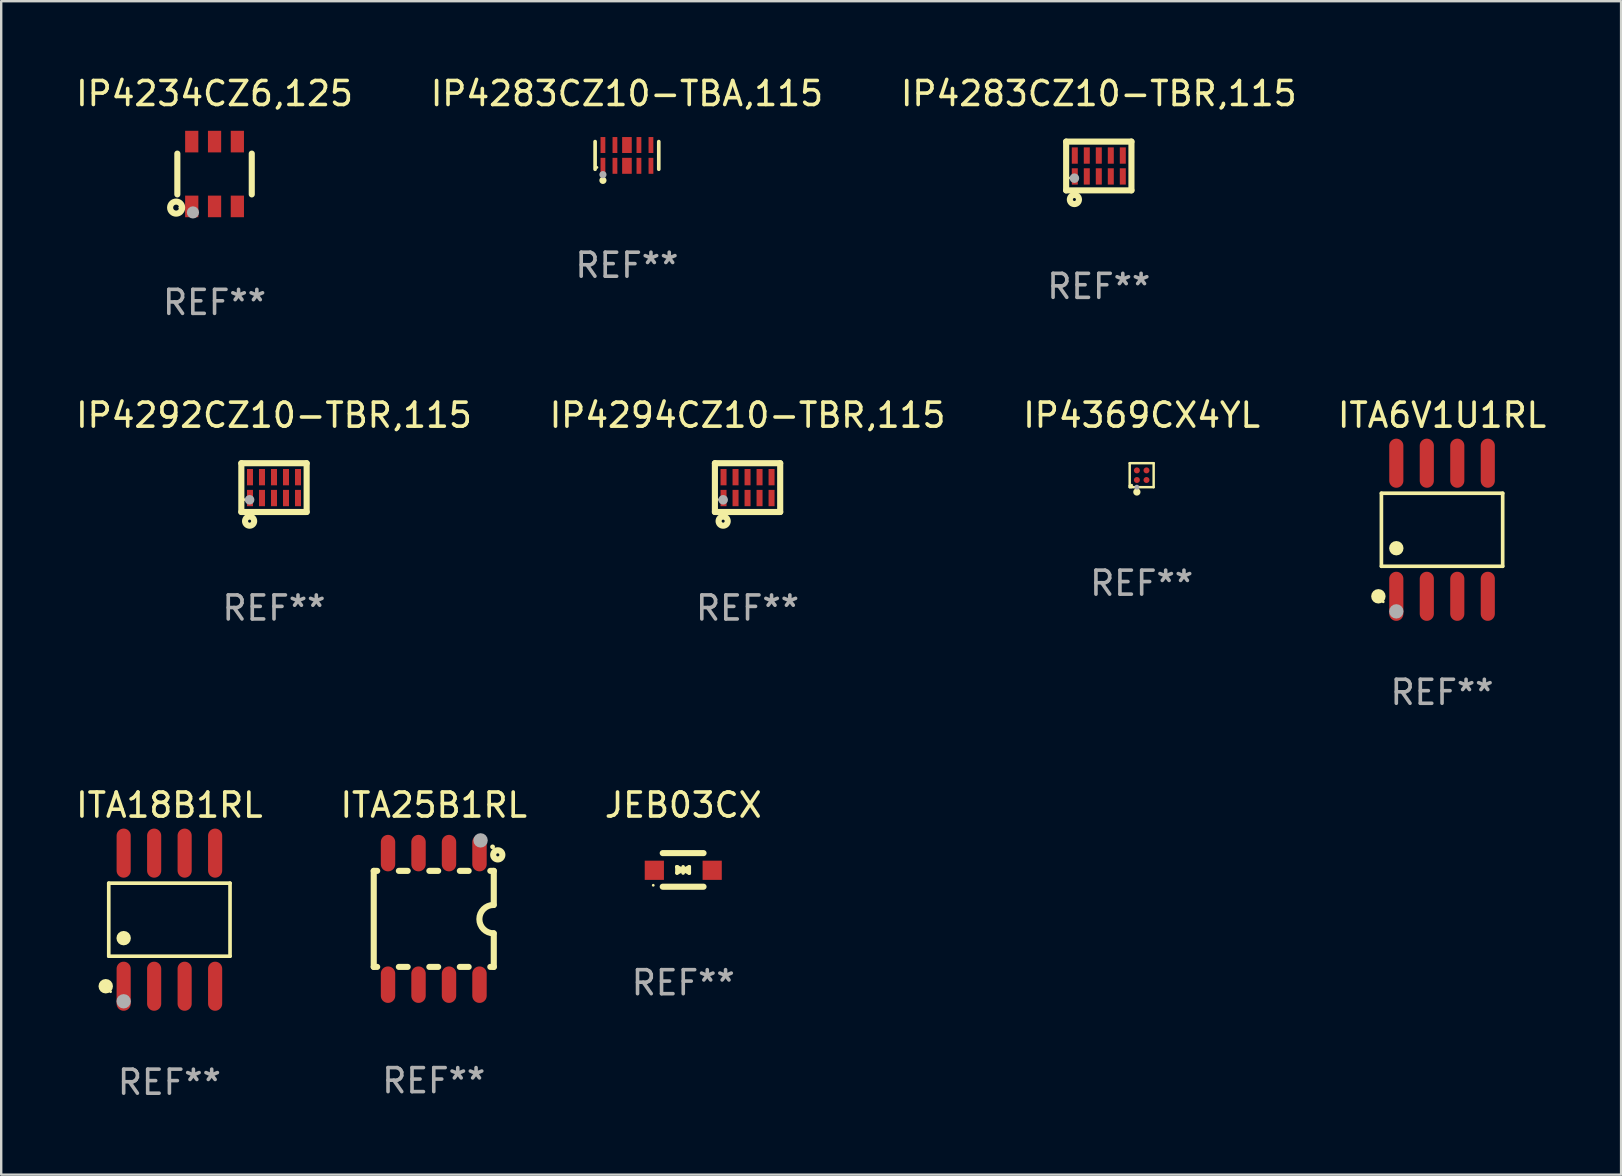
<source format=kicad_pcb>
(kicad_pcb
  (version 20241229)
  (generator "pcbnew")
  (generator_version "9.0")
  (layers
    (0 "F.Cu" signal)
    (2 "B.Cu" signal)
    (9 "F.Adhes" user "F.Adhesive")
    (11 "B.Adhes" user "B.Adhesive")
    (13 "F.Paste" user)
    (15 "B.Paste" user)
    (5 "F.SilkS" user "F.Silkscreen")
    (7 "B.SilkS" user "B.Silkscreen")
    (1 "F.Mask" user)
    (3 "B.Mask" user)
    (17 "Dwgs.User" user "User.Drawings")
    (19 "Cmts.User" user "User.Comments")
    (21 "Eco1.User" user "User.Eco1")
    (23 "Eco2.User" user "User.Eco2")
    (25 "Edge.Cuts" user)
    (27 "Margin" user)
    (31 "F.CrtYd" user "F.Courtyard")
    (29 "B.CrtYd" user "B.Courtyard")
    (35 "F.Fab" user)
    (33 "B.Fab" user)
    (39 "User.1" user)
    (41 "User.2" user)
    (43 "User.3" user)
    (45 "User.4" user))
  (footprint "ITA25B1RL"
    (layer "F.Cu")
    (at 15.018 35.226)
    (property "Reference" "ITA25B1RL" (at 0 -4.74 0) (layer "F.SilkS") (effects (font (size 1 1) (thickness 0.15))))
    (attr through_hole)
    (fp_line (start -2.5 2) (end -2.5 -2) (stroke (width 0.254) (type solid)) (layer "F.SilkS"))
    (fp_line (start -2.356 -2) (end -2.5 -2) (stroke (width 0.254) (type solid)) (layer "F.SilkS"))
    (fp_line (start -2.356 2) (end -2.5 2) (stroke (width 0.254) (type solid)) (layer "F.SilkS"))
    (fp_line (start -1.086 -2) (end -1.454 -2) (stroke (width 0.254) (type solid)) (layer "F.SilkS"))
    (fp_line (start -1.086 2) (end -1.454 2) (stroke (width 0.254) (type solid)) (layer "F.SilkS"))
    (fp_line (start 0.184 -2) (end -0.184 -2) (stroke (width 0.254) (type solid)) (layer "F.SilkS"))
    (fp_line (start 0.184 2) (end -0.184 2) (stroke (width 0.254) (type solid)) (layer "F.SilkS"))
    (fp_line (start 1.454 -2) (end 1.086 -2) (stroke (width 0.254) (type solid)) (layer "F.SilkS"))
    (fp_line (start 1.454 2) (end 1.086 2) (stroke (width 0.254) (type solid)) (layer "F.SilkS"))
    (fp_line (start 2.5 -2) (end 2.356 -2) (stroke (width 0.254) (type solid)) (layer "F.SilkS"))
    (fp_line (start 2.5 -0.58) (end 2.5 -2) (stroke (width 0.254) (type solid)) (layer "F.SilkS"))
    (fp_line (start 2.5 2) (end 2.356 2) (stroke (width 0.254) (type solid)) (layer "F.SilkS"))
    (fp_line (start 2.5 2) (end 2.5 0.6) (stroke (width 0.254) (type solid)) (layer "F.SilkS"))
    (fp_arc (start 2.489992 0.600051) (mid 1.901674 0.010046) (end 2.489992 -0.579959) (stroke (width 0.254001) (type solid)) (layer "F.SilkS"))
    (fp_circle (center 2.45 -3) (end 2.5 -3) (stroke (width 0.1) (type solid)) (fill no) (layer "F.SilkS"))
    (fp_circle (center 2.667 -2.667) (end 2.858 -2.667) (stroke (width 0.254) (type solid)) (fill no) (layer "F.SilkS"))
    (fp_circle (center 1.95 -3.27) (end 2.1 -3.27) (stroke (width 0.3) (type solid)) (fill no) (layer "F.Fab"))
    (fp_text user "REF**" (at 0 6.74 0) (layer "F.Fab") (effects (font (size 1 1) (thickness 0.15))))
    (pad "1" smd oval (at 1.905 -2.74) (size 0.6 1.52) (layers "F.Cu" "F.Mask" "F.Paste"))
    (pad "2" smd oval (at 0.635 -2.74) (size 0.6 1.52) (layers "F.Cu" "F.Mask" "F.Paste"))
    (pad "3" smd oval (at -0.635 -2.74) (size 0.6 1.52) (layers "F.Cu" "F.Mask" "F.Paste"))
    (pad "4" smd oval (at -1.905 -2.74) (size 0.6 1.52) (layers "F.Cu" "F.Mask" "F.Paste"))
    (pad "5" smd oval (at -1.905 2.74) (size 0.6 1.52) (layers "F.Cu" "F.Mask" "F.Paste"))
    (pad "6" smd oval (at -0.635 2.74) (size 0.6 1.52) (layers "F.Cu" "F.Mask" "F.Paste"))
    (pad "7" smd oval (at 0.635 2.74) (size 0.6 1.52) (layers "F.Cu" "F.Mask" "F.Paste"))
    (pad "8" smd oval (at 1.905 2.74) (size 0.6 1.52) (layers "F.Cu" "F.Mask" "F.Paste")))
  (footprint "ITA6V1U1RL"
    (layer "F.Cu")
    (at 57.018 19.017)
    (property "Reference" "ITA6V1U1RL" (at 0 -4.772 0) (layer "F.SilkS") (effects (font (size 1 1) (thickness 0.15))))
    (attr through_hole)
    (fp_line (start -2.526 -1.521) (end 2.526 -1.521) (stroke (width 0.152) (type solid)) (layer "F.SilkS"))
    (fp_line (start -2.526 1.521) (end -2.526 -1.521) (stroke (width 0.152) (type solid)) (layer "F.SilkS"))
    (fp_line (start 2.526 -1.521) (end 2.526 1.521) (stroke (width 0.152) (type solid)) (layer "F.SilkS"))
    (fp_line (start 2.526 1.521) (end -2.526 1.521) (stroke (width 0.152) (type solid)) (layer "F.SilkS"))
    (fp_circle (center -2.652 2.772) (end -2.501 2.772) (stroke (width 0.3) (type solid)) (fill no) (layer "F.SilkS"))
    (fp_circle (center -2.45 3) (end -2.42 3) (stroke (width 0.06) (type solid)) (fill no) (layer "F.SilkS"))
    (fp_circle (center -1.905 0.769) (end -1.755 0.769) (stroke (width 0.3) (type solid)) (fill no) (layer "F.SilkS"))
    (fp_circle (center -1.905 3.4) (end -1.755 3.4) (stroke (width 0.3) (type solid)) (fill no) (layer "F.Fab"))
    (fp_text user "REF**" (at 0 6.772 0) (layer "F.Fab") (effects (font (size 1 1) (thickness 0.15))))
    (pad "1" smd oval (at -1.905 2.772) (size 0.588 2.045) (layers "F.Cu" "F.Mask" "F.Paste"))
    (pad "2" smd oval (at -0.635 2.772) (size 0.588 2.045) (layers "F.Cu" "F.Mask" "F.Paste"))
    (pad "3" smd oval (at 0.635 2.772) (size 0.588 2.045) (layers "F.Cu" "F.Mask" "F.Paste"))
    (pad "4" smd oval (at 1.905 2.772) (size 0.588 2.045) (layers "F.Cu" "F.Mask" "F.Paste"))
    (pad "5" smd oval (at 1.905 -2.772) (size 0.588 2.045) (layers "F.Cu" "F.Mask" "F.Paste"))
    (pad "6" smd oval (at 0.635 -2.772) (size 0.588 2.045) (layers "F.Cu" "F.Mask" "F.Paste"))
    (pad "7" smd oval (at -0.635 -2.772) (size 0.588 2.045) (layers "F.Cu" "F.Mask" "F.Paste"))
    (pad "8" smd oval (at -1.905 -2.772) (size 0.588 2.045) (layers "F.Cu" "F.Mask" "F.Paste")))
  (footprint "IP4234CZ6,125"
    (layer "F.Cu")
    (at 5.887 4.198)
    (property "Reference" "IP4234CZ6,125" (at 0 -3.35 0) (layer "F.SilkS") (effects (font (size 1 1) (thickness 0.15))))
    (attr through_hole)
    (fp_line (start -1.55 0.85) (end -1.55 -0.85) (stroke (width 0.254) (type solid)) (layer "F.SilkS"))
    (fp_line (start 1.55 -0.85) (end 1.55 0.85) (stroke (width 0.254) (type solid)) (layer "F.SilkS"))
    (fp_circle (center -1.6 1.4) (end -1.476 1.4) (stroke (width 0.254) (type solid)) (fill no) (layer "F.SilkS"))
    (fp_circle (center -1.45 1.4) (end -1.42 1.4) (stroke (width 0.06) (type solid)) (fill no) (layer "F.SilkS"))
    (fp_circle (center -0.9 1.6) (end -0.773 1.6) (stroke (width 0.254) (type solid)) (fill no) (layer "F.Fab"))
    (fp_text user "REF**" (at 0 5.35 0) (layer "F.Fab") (effects (font (size 1 1) (thickness 0.15))))
    (pad "1" smd rect (at -0.95 1.35) (size 0.551 0.9) (layers "F.Cu" "F.Mask" "F.Paste"))
    (pad "2" smd rect (at 0.000127 1.35) (size 0.551 0.9) (layers "F.Cu" "F.Mask" "F.Paste"))
    (pad "3" smd rect (at 0.95 1.35) (size 0.551 0.9) (layers "F.Cu" "F.Mask" "F.Paste"))
    (pad "4" smd rect (at 0.95 -1.35) (size 0.55 0.9) (layers "F.Cu" "F.Mask" "F.Paste"))
    (pad "5" smd rect (at 0.000127 -1.35) (size 0.55 0.9) (layers "F.Cu" "F.Mask" "F.Paste"))
    (pad "6" smd rect (at -0.95 -1.35) (size 0.55 0.9) (layers "F.Cu" "F.Mask" "F.Paste")))
  (footprint "IP4283CZ10-TBR,115"
    (layer "F.Cu")
    (at 42.72 3.864)
    (property "Reference" "IP4283CZ10-TBR,115" (at 0 -3.016 0) (layer "F.SilkS") (effects (font (size 1 1) (thickness 0.15))))
    (attr through_hole)
    (fp_line (start -1.36 1.016) (end 1.36 1.016) (stroke (width 0.254) (type solid)) (layer "F.SilkS"))
    (fp_line (start -1.36 -1.016) (end -1.36 1.016) (stroke (width 0.254) (type solid)) (layer "F.SilkS"))
    (fp_line (start -1.36 -1.016) (end 1.36 -1.016) (stroke (width 0.254) (type solid)) (layer "F.SilkS"))
    (fp_line (start 1.36 -1.016) (end 1.36 1.016) (stroke (width 0.254) (type solid)) (layer "F.SilkS"))
    (fp_circle (center -1.25 0.5) (end -1.22 0.5) (stroke (width 0.06) (type solid)) (fill no) (layer "F.SilkS"))
    (fp_circle (center -1.016 1.397) (end -0.953 1.397) (stroke (width 0.254) (type solid)) (fill no) (layer "F.SilkS"))
    (fp_circle (center -1.016 0.508) (end -0.916 0.508) (stroke (width 0.2) (type solid)) (fill no) (layer "F.Fab"))
    (fp_text user "REF**" (at 0 5.016 0) (layer "F.Fab") (effects (font (size 1 1) (thickness 0.15))))
    (pad "1" smd rect (at -1 0.435) (size 0.25 0.68) (layers "F.Cu" "F.Mask" "F.Paste"))
    (pad "2" smd rect (at -0.5 0.435) (size 0.25 0.68) (layers "F.Cu" "F.Mask" "F.Paste"))
    (pad "3" smd rect (at 0 0.435) (size 0.25 0.68) (layers "F.Cu" "F.Mask" "F.Paste"))
    (pad "4" smd rect (at 0.5 0.435) (size 0.25 0.68) (layers "F.Cu" "F.Mask" "F.Paste"))
    (pad "5" smd rect (at 1 0.435) (size 0.25 0.68) (layers "F.Cu" "F.Mask" "F.Paste"))
    (pad "6" smd rect (at 1 -0.435) (size 0.25 0.68) (layers "F.Cu" "F.Mask" "F.Paste"))
    (pad "7" smd rect (at 0.5 -0.435) (size 0.25 0.68) (layers "F.Cu" "F.Mask" "F.Paste"))
    (pad "8" smd rect (at 0 -0.435) (size 0.25 0.68) (layers "F.Cu" "F.Mask" "F.Paste"))
    (pad "9" smd rect (at -0.5 -0.435) (size 0.25 0.68) (layers "F.Cu" "F.Mask" "F.Paste"))
    (pad "10" smd rect (at -1 -0.435) (size 0.25 0.68) (layers "F.Cu" "F.Mask" "F.Paste")))
  (footprint "IP4294CZ10-TBR,115"
    (layer "F.Cu")
    (at 28.089 17.261)
    (property "Reference" "IP4294CZ10-TBR,115" (at 0 -3.016 0) (layer "F.SilkS") (effects (font (size 1 1) (thickness 0.15))))
    (attr through_hole)
    (fp_line (start -1.36 1.016) (end 1.36 1.016) (stroke (width 0.254) (type solid)) (layer "F.SilkS"))
    (fp_line (start -1.36 -1.016) (end -1.36 1.016) (stroke (width 0.254) (type solid)) (layer "F.SilkS"))
    (fp_line (start -1.36 -1.016) (end 1.36 -1.016) (stroke (width 0.254) (type solid)) (layer "F.SilkS"))
    (fp_line (start 1.36 -1.016) (end 1.36 1.016) (stroke (width 0.254) (type solid)) (layer "F.SilkS"))
    (fp_circle (center -1.25 0.5) (end -1.22 0.5) (stroke (width 0.06) (type solid)) (fill no) (layer "F.SilkS"))
    (fp_circle (center -1.016 1.397) (end -0.953 1.397) (stroke (width 0.254) (type solid)) (fill no) (layer "F.SilkS"))
    (fp_circle (center -1.016 0.508) (end -0.916 0.508) (stroke (width 0.2) (type solid)) (fill no) (layer "F.Fab"))
    (fp_text user "REF**" (at 0 5.016 0) (layer "F.Fab") (effects (font (size 1 1) (thickness 0.15))))
    (pad "1" smd rect (at -1 0.435) (size 0.25 0.68) (layers "F.Cu" "F.Mask" "F.Paste"))
    (pad "2" smd rect (at -0.5 0.435) (size 0.25 0.68) (layers "F.Cu" "F.Mask" "F.Paste"))
    (pad "3" smd rect (at 0 0.435) (size 0.25 0.68) (layers "F.Cu" "F.Mask" "F.Paste"))
    (pad "4" smd rect (at 0.5 0.435) (size 0.25 0.68) (layers "F.Cu" "F.Mask" "F.Paste"))
    (pad "5" smd rect (at 1 0.435) (size 0.25 0.68) (layers "F.Cu" "F.Mask" "F.Paste"))
    (pad "6" smd rect (at 1 -0.435) (size 0.25 0.68) (layers "F.Cu" "F.Mask" "F.Paste"))
    (pad "7" smd rect (at 0.5 -0.435) (size 0.25 0.68) (layers "F.Cu" "F.Mask" "F.Paste"))
    (pad "8" smd rect (at 0 -0.435) (size 0.25 0.68) (layers "F.Cu" "F.Mask" "F.Paste"))
    (pad "9" smd rect (at -0.5 -0.435) (size 0.25 0.68) (layers "F.Cu" "F.Mask" "F.Paste"))
    (pad "10" smd rect (at -1 -0.435) (size 0.25 0.68) (layers "F.Cu" "F.Mask" "F.Paste")))
  (footprint "IP4283CZ10-TBA,115"
    (layer "F.Cu")
    (at 23.065 3.424)
    (property "Reference" "IP4283CZ10-TBA,115" (at 0 -2.576 0) (layer "F.SilkS") (effects (font (size 1 1) (thickness 0.15))))
    (attr through_hole)
    (fp_line (start -1.326 0.576) (end -1.326 -0.576) (stroke (width 0.152) (type solid)) (layer "F.SilkS"))
    (fp_line (start 1.326 0.576) (end 1.326 -0.576) (stroke (width 0.152) (type solid)) (layer "F.SilkS"))
    (fp_circle (center -1.25 0.5) (end -1.22 0.5) (stroke (width 0.06) (type solid)) (fill no) (layer "F.SilkS"))
    (fp_circle (center -1 1.04) (end -0.925 1.04) (stroke (width 0.15) (type solid)) (fill no) (layer "F.SilkS"))
    (fp_circle (center -1 0.8) (end -0.925 0.8) (stroke (width 0.15) (type solid)) (fill no) (layer "F.Fab"))
    (fp_text user "REF**" (at 0 4.576 0) (layer "F.Fab") (effects (font (size 1 1) (thickness 0.15))))
    (pad "1" smd rect (at -1 0.433) (size 0.2 0.665) (layers "F.Cu" "F.Mask" "F.Paste"))
    (pad "2" smd rect (at -0.5 0.433) (size 0.2 0.665) (layers "F.Cu" "F.Mask" "F.Paste"))
    (pad "3" smd rect (at 0 0.433) (size 0.4 0.665) (layers "F.Cu" "F.Mask" "F.Paste"))
    (pad "4" smd rect (at 0.5 0.433) (size 0.2 0.665) (layers "F.Cu" "F.Mask" "F.Paste"))
    (pad "5" smd rect (at 1 0.433) (size 0.2 0.665) (layers "F.Cu" "F.Mask" "F.Paste"))
    (pad "6" smd rect (at 1 -0.433) (size 0.2 0.665) (layers "F.Cu" "F.Mask" "F.Paste"))
    (pad "7" smd rect (at 0.5 -0.433) (size 0.2 0.665) (layers "F.Cu" "F.Mask" "F.Paste"))
    (pad "8" smd rect (at 0 -0.433) (size 0.4 0.665) (layers "F.Cu" "F.Mask" "F.Paste"))
    (pad "9" smd rect (at -0.5 -0.433) (size 0.2 0.665) (layers "F.Cu" "F.Mask" "F.Paste"))
    (pad "10" smd rect (at -1 -0.433) (size 0.2 0.665) (layers "F.Cu" "F.Mask" "F.Paste")))
  (footprint "ITA18B1RL"
    (layer "F.Cu")
    (at 4.006 35.259)
    (property "Reference" "ITA18B1RL" (at 0 -4.772 0) (layer "F.SilkS") (effects (font (size 1 1) (thickness 0.15))))
    (attr through_hole)
    (fp_line (start -2.526 -1.521) (end 2.526 -1.521) (stroke (width 0.152) (type solid)) (layer "F.SilkS"))
    (fp_line (start -2.526 1.521) (end -2.526 -1.521) (stroke (width 0.152) (type solid)) (layer "F.SilkS"))
    (fp_line (start 2.526 -1.521) (end 2.526 1.521) (stroke (width 0.152) (type solid)) (layer "F.SilkS"))
    (fp_line (start 2.526 1.521) (end -2.526 1.521) (stroke (width 0.152) (type solid)) (layer "F.SilkS"))
    (fp_circle (center -2.652 2.772) (end -2.501 2.772) (stroke (width 0.3) (type solid)) (fill no) (layer "F.SilkS"))
    (fp_circle (center -2.45 3) (end -2.42 3) (stroke (width 0.06) (type solid)) (fill no) (layer "F.SilkS"))
    (fp_circle (center -1.905 0.769) (end -1.755 0.769) (stroke (width 0.3) (type solid)) (fill no) (layer "F.SilkS"))
    (fp_circle (center -1.905 3.4) (end -1.755 3.4) (stroke (width 0.3) (type solid)) (fill no) (layer "F.Fab"))
    (fp_text user "REF**" (at 0 6.772 0) (layer "F.Fab") (effects (font (size 1 1) (thickness 0.15))))
    (pad "1" smd oval (at -1.905 2.772) (size 0.588 2.045) (layers "F.Cu" "F.Mask" "F.Paste"))
    (pad "2" smd oval (at -0.635 2.772) (size 0.588 2.045) (layers "F.Cu" "F.Mask" "F.Paste"))
    (pad "3" smd oval (at 0.635 2.772) (size 0.588 2.045) (layers "F.Cu" "F.Mask" "F.Paste"))
    (pad "4" smd oval (at 1.905 2.772) (size 0.588 2.045) (layers "F.Cu" "F.Mask" "F.Paste"))
    (pad "5" smd oval (at 1.905 -2.772) (size 0.588 2.045) (layers "F.Cu" "F.Mask" "F.Paste"))
    (pad "6" smd oval (at 0.635 -2.772) (size 0.588 2.045) (layers "F.Cu" "F.Mask" "F.Paste"))
    (pad "7" smd oval (at -0.635 -2.772) (size 0.588 2.045) (layers "F.Cu" "F.Mask" "F.Paste"))
    (pad "8" smd oval (at -1.905 -2.772) (size 0.588 2.045) (layers "F.Cu" "F.Mask" "F.Paste")))
  (footprint "IP4369CX4YL"
    (layer "F.Cu")
    (at 44.506 16.744)
    (property "Reference" "IP4369CX4YL" (at 0 -2.5 0) (layer "F.SilkS") (effects (font (size 1 1) (thickness 0.15))))
    (attr through_hole)
    (fp_line (start -0.499 0.5) (end -0.499 0.44) (stroke (width 0.102) (type solid)) (layer "F.SilkS"))
    (fp_line (start -0.499 -0.5) (end 0.499 -0.5) (stroke (width 0.102) (type solid)) (layer "F.SilkS"))
    (fp_line (start -0.499 0.44) (end -0.499 -0.5) (stroke (width 0.102) (type solid)) (layer "F.SilkS"))
    (fp_line (start -0.44 0.499) (end -0.499 0.499) (stroke (width 0.102) (type solid)) (layer "F.SilkS"))
    (fp_line (start 0.499 -0.5) (end 0.499 0.499) (stroke (width 0.102) (type solid)) (layer "F.SilkS"))
    (fp_line (start 0.499 0.499) (end -0.44 0.499) (stroke (width 0.102) (type solid)) (layer "F.SilkS"))
    (fp_circle (center -0.417 0.417) (end -0.387 0.417) (stroke (width 0.06) (type solid)) (fill no) (layer "F.SilkS"))
    (fp_circle (center -0.2 0.7) (end -0.124 0.7) (stroke (width 0.152) (type solid)) (fill no) (layer "F.SilkS"))
    (fp_circle (center -0.2 0.5) (end -0.148 0.5) (stroke (width 0.102) (type solid)) (fill no) (layer "F.Fab"))
    (fp_text user "REF**" (at 0 4.5 0) (layer "F.Fab") (effects (font (size 1 1) (thickness 0.15))))
    (pad "A1" smd circle (at -0.199 0.2) (size 0.25 0.25) (layers "F.Cu" "F.Mask" "F.Paste"))
    (pad "A2" smd circle (at -0.199 -0.2) (size 0.25 0.25) (layers "F.Cu" "F.Mask" "F.Paste"))
    (pad "B1" smd circle (at 0.201 0.2) (size 0.25 0.25) (layers "F.Cu" "F.Mask" "F.Paste"))
    (pad "B2" smd circle (at 0.201 -0.2) (size 0.25 0.25) (layers "F.Cu" "F.Mask" "F.Paste")))
  (footprint "IP4292CZ10-TBR,115"
    (layer "F.Cu")
    (at 8.363 17.261)
    (property "Reference" "IP4292CZ10-TBR,115" (at 0 -3.016 0) (layer "F.SilkS") (effects (font (size 1 1) (thickness 0.15))))
    (attr through_hole)
    (fp_line (start -1.36 1.016) (end 1.36 1.016) (stroke (width 0.254) (type solid)) (layer "F.SilkS"))
    (fp_line (start -1.36 -1.016) (end -1.36 1.016) (stroke (width 0.254) (type solid)) (layer "F.SilkS"))
    (fp_line (start -1.36 -1.016) (end 1.36 -1.016) (stroke (width 0.254) (type solid)) (layer "F.SilkS"))
    (fp_line (start 1.36 -1.016) (end 1.36 1.016) (stroke (width 0.254) (type solid)) (layer "F.SilkS"))
    (fp_circle (center -1.25 0.5) (end -1.22 0.5) (stroke (width 0.06) (type solid)) (fill no) (layer "F.SilkS"))
    (fp_circle (center -1.016 1.397) (end -0.953 1.397) (stroke (width 0.254) (type solid)) (fill no) (layer "F.SilkS"))
    (fp_circle (center -1.016 0.508) (end -0.916 0.508) (stroke (width 0.2) (type solid)) (fill no) (layer "F.Fab"))
    (fp_text user "REF**" (at 0 5.016 0) (layer "F.Fab") (effects (font (size 1 1) (thickness 0.15))))
    (pad "1" smd rect (at -1 0.435) (size 0.25 0.68) (layers "F.Cu" "F.Mask" "F.Paste"))
    (pad "2" smd rect (at -0.5 0.435) (size 0.25 0.68) (layers "F.Cu" "F.Mask" "F.Paste"))
    (pad "3" smd rect (at 0 0.435) (size 0.25 0.68) (layers "F.Cu" "F.Mask" "F.Paste"))
    (pad "4" smd rect (at 0.5 0.435) (size 0.25 0.68) (layers "F.Cu" "F.Mask" "F.Paste"))
    (pad "5" smd rect (at 1 0.435) (size 0.25 0.68) (layers "F.Cu" "F.Mask" "F.Paste"))
    (pad "6" smd rect (at 1 -0.435) (size 0.25 0.68) (layers "F.Cu" "F.Mask" "F.Paste"))
    (pad "7" smd rect (at 0.5 -0.435) (size 0.25 0.68) (layers "F.Cu" "F.Mask" "F.Paste"))
    (pad "8" smd rect (at 0 -0.435) (size 0.25 0.68) (layers "F.Cu" "F.Mask" "F.Paste"))
    (pad "9" smd rect (at -0.5 -0.435) (size 0.25 0.68) (layers "F.Cu" "F.Mask" "F.Paste"))
    (pad "10" smd rect (at -1 -0.435) (size 0.25 0.68) (layers "F.Cu" "F.Mask" "F.Paste")))
  (footprint "JEB03CX"
    (layer "F.Cu")
    (at 25.411 33.186)
    (property "Reference" "JEB03CX" (at 0 -2.7 0) (layer "F.SilkS") (effects (font (size 1 1) (thickness 0.15))))
    (attr through_hole)
    (fp_line (start -0.855 -0.7) (end 0.845 -0.7) (stroke (width 0.254) (type solid)) (layer "F.SilkS"))
    (fp_line (start -0.855 0.7) (end 0.845 0.7) (stroke (width 0.254) (type solid)) (layer "F.SilkS"))
    (fp_line (start -0.26 -0.127) (end -0.26 -0.127) (stroke (width 0.154) (type solid)) (layer "F.SilkS"))
    (fp_line (start -0.26 -0.127) (end -0.008 -0.003) (stroke (width 0.154) (type solid)) (layer "F.SilkS"))
    (fp_line (start -0.26 0.127) (end -0.26 -0.127) (stroke (width 0.154) (type solid)) (layer "F.SilkS"))
    (fp_line (start -0.133 0.000483) (end -0.003 0.000483) (stroke (width 0.154) (type solid)) (layer "F.SilkS"))
    (fp_line (start -0.009 0.000483) (end -0.26 0.127) (stroke (width 0.154) (type solid)) (layer "F.SilkS"))
    (fp_line (start -0.006 -0.127) (end -0.006 0.127) (stroke (width 0.154) (type solid)) (layer "F.SilkS"))
    (fp_line (start -0.003 0.000483) (end 0.248 -0.127) (stroke (width 0.154) (type solid)) (layer "F.SilkS"))
    (fp_line (start 0.121 0.000483) (end -0.009 0.000483) (stroke (width 0.154) (type solid)) (layer "F.SilkS"))
    (fp_line (start 0.248 -0.127) (end 0.248 0.127) (stroke (width 0.154) (type solid)) (layer "F.SilkS"))
    (fp_line (start 0.248 0.127) (end -0.004 0.004) (stroke (width 0.154) (type solid)) (layer "F.SilkS"))
    (fp_line (start 0.248 0.127) (end 0.248 0.127) (stroke (width 0.154) (type solid)) (layer "F.SilkS"))
    (fp_circle (center -1.25 0.64) (end -1.22 0.64) (stroke (width 0.06) (type solid)) (fill no) (layer "F.SilkS"))
    (fp_text user "REF**" (at 0 4.7 0) (layer "F.Fab") (effects (font (size 1 1) (thickness 0.15))))
    (pad "1" smd rect (at -1.205 0.015) (size 0.8 0.8) (layers "F.Cu" "F.Mask" "F.Paste"))
    (pad "2" smd rect (at 1.205 0.015) (size 0.8 0.8) (layers "F.Cu" "F.Mask" "F.Paste")))
  (gr_rect
    (start -3 -3)
    (end 64.476 45.879)
    (stroke (width 0.1) (type default))
    (fill no)
    (layer "Edge.Cuts")))
</source>
